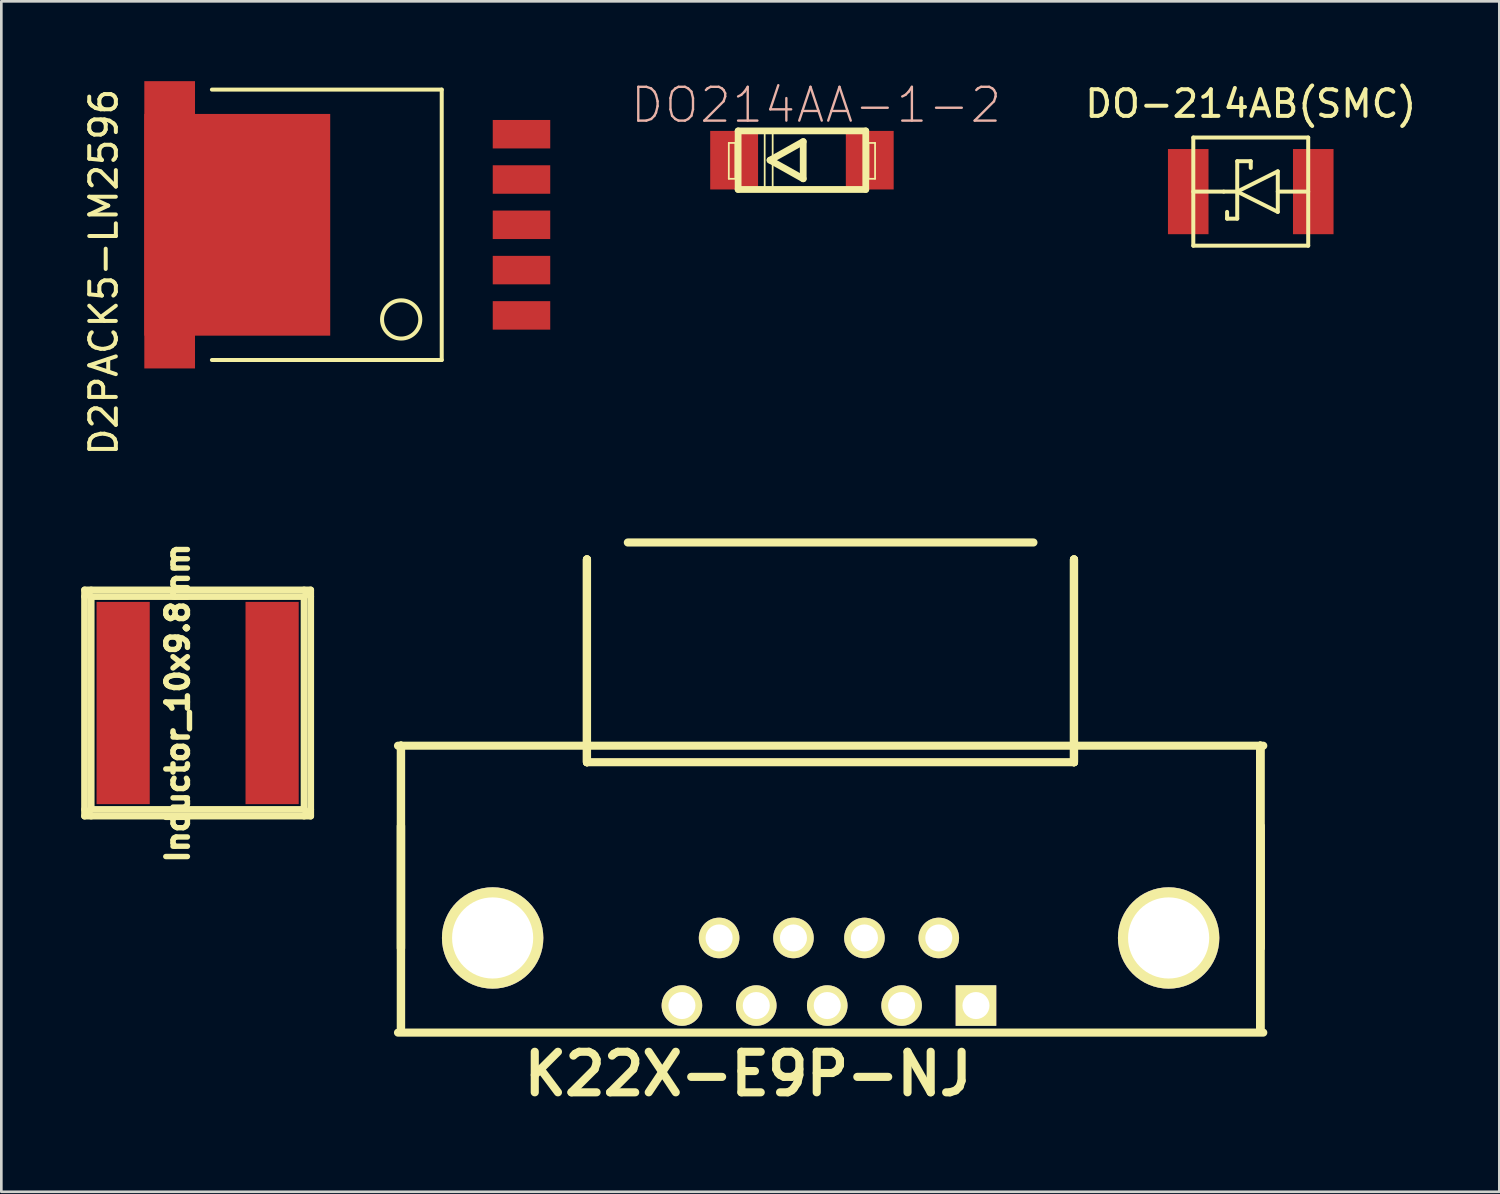
<source format=kicad_pcb>
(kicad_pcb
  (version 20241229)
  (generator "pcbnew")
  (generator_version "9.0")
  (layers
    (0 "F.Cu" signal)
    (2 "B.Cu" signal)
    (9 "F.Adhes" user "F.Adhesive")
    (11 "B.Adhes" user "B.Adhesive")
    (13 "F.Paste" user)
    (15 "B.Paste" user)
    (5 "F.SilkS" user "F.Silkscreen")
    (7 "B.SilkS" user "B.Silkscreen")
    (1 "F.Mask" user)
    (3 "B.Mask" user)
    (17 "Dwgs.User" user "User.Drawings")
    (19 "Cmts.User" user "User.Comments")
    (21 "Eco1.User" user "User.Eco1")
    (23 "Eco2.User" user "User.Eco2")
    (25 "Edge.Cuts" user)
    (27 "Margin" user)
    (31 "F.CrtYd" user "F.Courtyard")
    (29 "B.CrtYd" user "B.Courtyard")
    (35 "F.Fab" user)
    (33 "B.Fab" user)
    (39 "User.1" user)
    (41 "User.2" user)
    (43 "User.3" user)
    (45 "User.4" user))
  (footprint "D2PACK5-LM2596"
    (layer "F.Cu")
    (at 2.372 5.397)
    (property "Reference" "D2PACK5-LM2596" (at -1.524 1.778 270) (layer "F.SilkS") (effects (font (size 1 1) (thickness 0.15))))
    (attr through_hole)
    (fp_line (start 2.54 5.08) (end 11.176 5.08) (stroke (width 0.15) (type solid)) (layer "F.SilkS"))
    (fp_line (start 11.176 -5.08) (end 2.54 -5.08) (stroke (width 0.15) (type solid)) (layer "F.SilkS"))
    (fp_line (start 11.176 5.08) (end 11.176 -5.08) (stroke (width 0.15) (type solid)) (layer "F.SilkS"))
    (fp_circle (center 9.652 3.556) (end 10.16 4.064) (stroke (width 0.15) (type solid)) (fill no) (layer "F.SilkS"))
    (pad "1" smd rect (at 14.173 3.404) (size 2.16 1.07) (layers "F.Cu" "F.Mask" "F.Paste"))
    (pad "2" smd rect (at 14.173 1.702) (size 2.16 1.07) (layers "F.Cu" "F.Mask" "F.Paste"))
    (pad "3" smd rect (at 0.953 0) (size 1.905 10.795) (layers "F.Cu" "F.Mask" "F.Paste"))
    (pad "3" smd rect (at 3.493 0) (size 6.985 8.331) (layers "F.Cu" "F.Mask" "F.Paste"))
    (pad "3" smd rect (at 14.173 0) (size 2.16 1.07) (layers "F.Cu" "F.Mask" "F.Paste"))
    (pad "4" smd rect (at 14.173 -1.702) (size 2.16 1.07) (layers "F.Cu" "F.Mask" "F.Paste"))
    (pad "5" smd rect (at 14.173 -3.404) (size 2.16 1.07) (layers "F.Cu" "F.Mask" "F.Paste")))
  (footprint "DO214AA-1-2"
    (layer "F.Cu")
    (at 27.083 2.969)
    (property "Reference" "DO214AA-1-2" (at 0.533 -2.07 0) (layer "B.SilkS") (effects (font (size 1.27 1.27) (thickness 0.089))))
    (attr smd)
    (fp_line (start -2.748 -0.648) (end -2.499 -0.648) (stroke (width 0.066) (type solid)) (layer "F.SilkS"))
    (fp_line (start -2.748 0.699) (end -2.748 -0.648) (stroke (width 0.066) (type solid)) (layer "F.SilkS"))
    (fp_line (start -2.748 0.699) (end -2.499 0.699) (stroke (width 0.066) (type solid)) (layer "F.SilkS"))
    (fp_line (start -2.499 0.699) (end -2.499 -0.648) (stroke (width 0.066) (type solid)) (layer "F.SilkS"))
    (fp_line (start -2.398 -1.1) (end 2.398 -1.1) (stroke (width 0.254) (type solid)) (layer "F.SilkS"))
    (fp_line (start -2.398 1.1) (end -2.398 -1.1) (stroke (width 0.254) (type solid)) (layer "F.SilkS"))
    (fp_line (start -1.4 -1.049) (end -1.1 -1.049) (stroke (width 0.066) (type solid)) (layer "F.SilkS"))
    (fp_line (start -1.4 1.049) (end -1.4 -1.049) (stroke (width 0.066) (type solid)) (layer "F.SilkS"))
    (fp_line (start -1.4 1.049) (end -1.1 1.049) (stroke (width 0.066) (type solid)) (layer "F.SilkS"))
    (fp_line (start -1.199 0) (end 0.048 -0.699) (stroke (width 0.254) (type solid)) (layer "F.SilkS"))
    (fp_line (start -1.1 1.049) (end -1.1 -1.049) (stroke (width 0.066) (type solid)) (layer "F.SilkS"))
    (fp_line (start 0.048 -0.699) (end 0.048 0.699) (stroke (width 0.254) (type solid)) (layer "F.SilkS"))
    (fp_line (start 0.048 0.699) (end -1.199 0) (stroke (width 0.254) (type solid)) (layer "F.SilkS"))
    (fp_line (start 2.398 -1.1) (end 2.398 1.1) (stroke (width 0.254) (type solid)) (layer "F.SilkS"))
    (fp_line (start 2.398 1.1) (end -2.398 1.1) (stroke (width 0.254) (type solid)) (layer "F.SilkS"))
    (fp_line (start 2.499 -0.648) (end 2.748 -0.648) (stroke (width 0.066) (type solid)) (layer "F.SilkS"))
    (fp_line (start 2.499 0.699) (end 2.499 -0.648) (stroke (width 0.066) (type solid)) (layer "F.SilkS"))
    (fp_line (start 2.499 0.699) (end 2.748 0.699) (stroke (width 0.066) (type solid)) (layer "F.SilkS"))
    (fp_line (start 2.748 0.699) (end 2.748 -0.648) (stroke (width 0.066) (type solid)) (layer "F.SilkS"))
    (pad "1" smd rect (at -2.548 0) (size 1.798 2.2) (layers "F.Cu" "F.Mask" "F.Paste"))
    (pad "2" smd rect (at 2.548 0) (size 1.798 2.2) (layers "F.Cu" "F.Mask" "F.Paste")))
  (footprint "K22X-E9P-NJ"
    (layer "F.Cu")
    (at 28.034 33.464)
    (property "Reference" "K22X-E9P-NJ" (at -2.971 3.841 0) (layer "F.SilkS") (effects (font (size 1.524 1.524) (thickness 0.305))))
    (attr through_hole)
    (fp_line (start -16.129 2.286) (end 16.383 2.286) (stroke (width 0.305) (type solid)) (layer "F.SilkS"))
    (fp_line (start -16.017 -8.494) (end -16.017 -0.874) (stroke (width 0.305) (type solid)) (layer "F.SilkS"))
    (fp_line (start -16.017 -8.494) (end -16.017 -0.874) (stroke (width 0.305) (type solid)) (layer "F.SilkS"))
    (fp_line (start -16.017 -8.494) (end -16.017 -0.874) (stroke (width 0.305) (type solid)) (layer "F.SilkS"))
    (fp_line (start -16.017 -8.494) (end -16.017 -0.874) (stroke (width 0.305) (type solid)) (layer "F.SilkS"))
    (fp_line (start -16.017 -5.494) (end -16.017 2.126) (stroke (width 0.305) (type solid)) (layer "F.SilkS"))
    (fp_line (start -16.017 -5.494) (end -16.017 2.126) (stroke (width 0.305) (type solid)) (layer "F.SilkS"))
    (fp_line (start -16.017 -5.494) (end -16.017 2.126) (stroke (width 0.305) (type solid)) (layer "F.SilkS"))
    (fp_line (start -16.017 -5.494) (end -16.017 2.126) (stroke (width 0.305) (type solid)) (layer "F.SilkS"))
    (fp_line (start -9.029 -7.874) (end -9.029 -15.494) (stroke (width 0.305) (type solid)) (layer "F.SilkS"))
    (fp_line (start -9.029 -7.874) (end -9.029 -15.494) (stroke (width 0.305) (type solid)) (layer "F.SilkS"))
    (fp_line (start -9.029 -7.874) (end -9.029 -15.494) (stroke (width 0.305) (type solid)) (layer "F.SilkS"))
    (fp_line (start -9.029 -7.874) (end -9.029 -15.494) (stroke (width 0.305) (type solid)) (layer "F.SilkS"))
    (fp_line (start -9.017 -7.874) (end 9.271 -7.874) (stroke (width 0.305) (type solid)) (layer "F.SilkS"))
    (fp_line (start -7.493 -16.13) (end 7.747 -16.13) (stroke (width 0.305) (type solid)) (layer "F.SilkS"))
    (fp_line (start 9.271 -7.874) (end 9.271 -15.494) (stroke (width 0.305) (type solid)) (layer "F.SilkS"))
    (fp_line (start 9.271 -7.874) (end 9.271 -15.494) (stroke (width 0.305) (type solid)) (layer "F.SilkS"))
    (fp_line (start 9.271 -7.874) (end 9.271 -15.494) (stroke (width 0.305) (type solid)) (layer "F.SilkS"))
    (fp_line (start 9.271 -7.874) (end 9.271 -15.494) (stroke (width 0.305) (type solid)) (layer "F.SilkS"))
    (fp_line (start 16.271 -0.874) (end 16.271 -8.494) (stroke (width 0.305) (type solid)) (layer "F.SilkS"))
    (fp_line (start 16.271 -0.874) (end 16.271 -8.494) (stroke (width 0.305) (type solid)) (layer "F.SilkS"))
    (fp_line (start 16.271 -0.874) (end 16.271 -8.494) (stroke (width 0.305) (type solid)) (layer "F.SilkS"))
    (fp_line (start 16.271 -0.874) (end 16.271 -8.494) (stroke (width 0.305) (type solid)) (layer "F.SilkS"))
    (fp_line (start 16.271 2.126) (end 16.271 -5.494) (stroke (width 0.305) (type solid)) (layer "F.SilkS"))
    (fp_line (start 16.271 2.126) (end 16.271 -5.494) (stroke (width 0.305) (type solid)) (layer "F.SilkS"))
    (fp_line (start 16.271 2.126) (end 16.271 -5.494) (stroke (width 0.305) (type solid)) (layer "F.SilkS"))
    (fp_line (start 16.271 2.126) (end 16.271 -5.494) (stroke (width 0.305) (type solid)) (layer "F.SilkS"))
    (fp_line (start 16.383 -8.494) (end -16.129 -8.494) (stroke (width 0.305) (type solid)) (layer "F.SilkS"))
    (pad "1" thru_hole rect (at 5.588 1.27) (size 1.524 1.524) (drill 1.016) (layers "*.Cu" "*.Mask" "F.SilkS"))
    (pad "2" thru_hole circle (at 2.794 1.27) (size 1.524 1.524) (drill 1.016) (layers "*.Cu" "*.Mask" "F.SilkS"))
    (pad "3" thru_hole circle (at 0 1.27) (size 1.524 1.524) (drill 1.016) (layers "*.Cu" "*.Mask" "F.SilkS"))
    (pad "4" thru_hole circle (at -2.667 1.27) (size 1.524 1.524) (drill 1.016) (layers "*.Cu" "*.Mask" "F.SilkS"))
    (pad "5" thru_hole circle (at -5.461 1.27) (size 1.524 1.524) (drill 1.016) (layers "*.Cu" "*.Mask" "F.SilkS"))
    (pad "6" thru_hole circle (at 4.191 -1.27) (size 1.524 1.524) (drill 1.016) (layers "*.Cu" "*.Mask" "F.SilkS"))
    (pad "7" thru_hole circle (at 1.397 -1.27) (size 1.524 1.524) (drill 1.016) (layers "*.Cu" "*.Mask" "F.SilkS"))
    (pad "8" thru_hole circle (at -1.27 -1.27) (size 1.524 1.524) (drill 1.016) (layers "*.Cu" "*.Mask" "F.SilkS"))
    (pad "9" thru_hole circle (at -4.064 -1.27) (size 1.524 1.524) (drill 1.016) (layers "*.Cu" "*.Mask" "F.SilkS"))
    (pad "10" thru_hole circle (at 12.827 -1.27) (size 3.81 3.81) (drill 3.048) (layers "*.Cu" "*.Mask" "F.SilkS"))
    (pad "11" thru_hole circle (at -12.573 -1.27) (size 3.81 3.81) (drill 3.048) (layers "*.Cu" "*.Mask" "F.SilkS")))
  (footprint "Inductor_10x9.8mm"
    (layer "F.Cu")
    (at 4.376 23.366)
    (property "Reference" "Inductor_10x9.8mm" (at -0.749 0 90) (layer "F.SilkS") (effects (font (size 0.813 0.813) (thickness 0.203))))
    (attr smd)
    (fp_line (start -4.249 -4.249) (end 4.249 -4.249) (stroke (width 0.254) (type solid)) (layer "F.SilkS"))
    (fp_line (start -4.249 4) (end -4 4.249) (stroke (width 0.254) (type solid)) (layer "F.SilkS"))
    (fp_line (start -4.249 4.249) (end -4.249 -4.249) (stroke (width 0.254) (type solid)) (layer "F.SilkS"))
    (fp_line (start -4 -4.249) (end -4.249 -4) (stroke (width 0.254) (type solid)) (layer "F.SilkS"))
    (fp_line (start -4 -4) (end 4 -4) (stroke (width 0.254) (type solid)) (layer "F.SilkS"))
    (fp_line (start -4 4) (end -4 -4) (stroke (width 0.254) (type solid)) (layer "F.SilkS"))
    (fp_line (start 4 -4.249) (end 4.249 -4) (stroke (width 0.254) (type solid)) (layer "F.SilkS"))
    (fp_line (start 4 -4) (end 4 4) (stroke (width 0.254) (type solid)) (layer "F.SilkS"))
    (fp_line (start 4 4) (end -4 4) (stroke (width 0.254) (type solid)) (layer "F.SilkS"))
    (fp_line (start 4.249 -4.249) (end 4.249 4.249) (stroke (width 0.254) (type solid)) (layer "F.SilkS"))
    (fp_line (start 4.249 4) (end 4 4.249) (stroke (width 0.254) (type solid)) (layer "F.SilkS"))
    (fp_line (start 4.249 4.249) (end -4.249 4.249) (stroke (width 0.254) (type solid)) (layer "F.SilkS"))
    (pad "1" smd rect (at -2.799 0) (size 1.999 7.6) (layers "F.Cu" "F.Mask" "F.Paste"))
    (pad "2" smd rect (at 2.799 0) (size 1.999 7.6) (layers "F.Cu" "F.Mask" "F.Paste")))
  (footprint "DO-214AB(SMC)"
    (layer "F.Cu")
    (at 43.947 4.15)
    (property "Reference" "DO-214AB(SMC)" (at 0 -3.302 0) (layer "F.SilkS") (effects (font (size 1 1) (thickness 0.15))))
    (attr through_hole)
    (fp_line (start -2.159 -2.032) (end -2.159 2.032) (stroke (width 0.15) (type solid)) (layer "F.SilkS"))
    (fp_line (start -2.159 -2.032) (end 2.159 -2.032) (stroke (width 0.15) (type solid)) (layer "F.SilkS"))
    (fp_line (start -2.159 0) (end -1.016 0) (stroke (width 0.15) (type solid)) (layer "F.SilkS"))
    (fp_line (start -2.159 2.032) (end 2.159 2.032) (stroke (width 0.15) (type solid)) (layer "F.SilkS"))
    (fp_line (start -1.016 0) (end -0.508 0) (stroke (width 0.15) (type solid)) (layer "F.SilkS"))
    (fp_line (start -0.889 1.016) (end -0.889 0.762) (stroke (width 0.15) (type solid)) (layer "F.SilkS"))
    (fp_line (start -0.508 -1.143) (end -0.508 1.016) (stroke (width 0.15) (type solid)) (layer "F.SilkS"))
    (fp_line (start -0.508 0) (end 1.016 -0.762) (stroke (width 0.15) (type solid)) (layer "F.SilkS"))
    (fp_line (start -0.508 1.016) (end -0.889 1.016) (stroke (width 0.15) (type solid)) (layer "F.SilkS"))
    (fp_line (start 0 -1.143) (end -0.508 -1.143) (stroke (width 0.15) (type solid)) (layer "F.SilkS"))
    (fp_line (start 0 -0.889) (end 0 -1.143) (stroke (width 0.15) (type solid)) (layer "F.SilkS"))
    (fp_line (start 1.016 -0.762) (end 1.016 0.762) (stroke (width 0.15) (type solid)) (layer "F.SilkS"))
    (fp_line (start 1.016 0.762) (end -0.508 0) (stroke (width 0.15) (type solid)) (layer "F.SilkS"))
    (fp_line (start 2.159 -2.032) (end 2.159 2.032) (stroke (width 0.15) (type solid)) (layer "F.SilkS"))
    (fp_line (start 2.159 0) (end 1.016 0) (stroke (width 0.15) (type solid)) (layer "F.SilkS"))
    (pad "1" smd rect (at 2.349 0) (size 1.524 3.2) (layers "F.Cu" "F.Mask" "F.Paste"))
    (pad "2" smd rect (at -2.349 0) (size 1.524 3.2) (layers "F.Cu" "F.Mask" "F.Paste")))
  (gr_rect
    (start -3 -3)
    (end 53.287 41.732)
    (stroke (width 0.1) (type default))
    (fill no)
    (layer "Edge.Cuts")))
</source>
